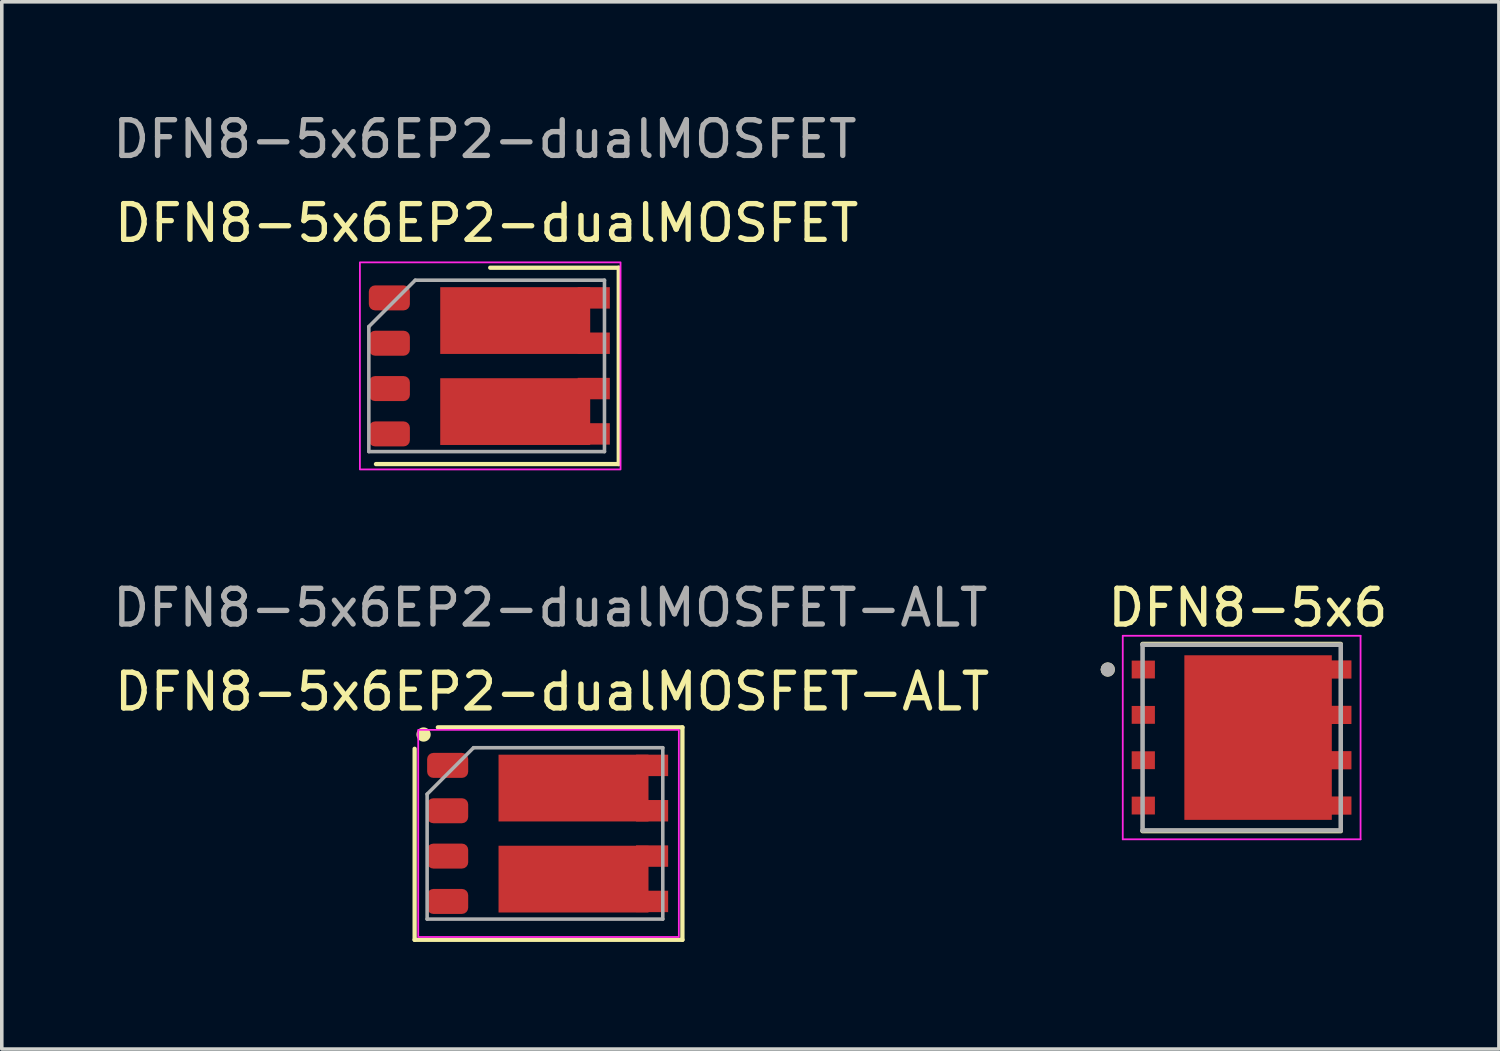
<source format=kicad_pcb>
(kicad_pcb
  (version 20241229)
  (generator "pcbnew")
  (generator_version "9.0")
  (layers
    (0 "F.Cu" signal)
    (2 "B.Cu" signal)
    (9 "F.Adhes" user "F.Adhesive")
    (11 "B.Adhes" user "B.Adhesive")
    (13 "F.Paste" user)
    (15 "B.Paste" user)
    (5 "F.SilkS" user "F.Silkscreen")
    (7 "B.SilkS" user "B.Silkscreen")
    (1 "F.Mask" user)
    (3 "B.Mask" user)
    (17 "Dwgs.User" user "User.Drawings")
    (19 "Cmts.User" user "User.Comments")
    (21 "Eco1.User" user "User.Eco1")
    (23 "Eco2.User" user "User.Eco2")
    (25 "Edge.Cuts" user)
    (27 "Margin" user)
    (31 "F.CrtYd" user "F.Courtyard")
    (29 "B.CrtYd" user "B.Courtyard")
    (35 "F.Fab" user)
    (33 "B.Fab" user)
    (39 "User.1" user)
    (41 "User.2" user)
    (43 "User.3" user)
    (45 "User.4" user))
  (footprint "DFN8-5x6EP2-dualMOSFET-ALT"
    (layer "F.Cu")
    (at 12.413 20.322)
    (property "Reference" "DFN8-5x6EP2-dualMOSFET-ALT" (at 0 -4 180) (layer "F.SilkS") (effects (font (size 1 1) (thickness 0.15))))
    (attr smd)
    (fp_line (start -3.85 2.95) (end -3.85 -2.4) (stroke (width 0.12) (type solid)) (layer "F.SilkS"))
    (fp_line (start -3.85 2.95) (end 3.65 2.95) (stroke (width 0.12) (type solid)) (layer "F.SilkS"))
    (fp_line (start -3.6 -2.8) (end -3.6 -2.8) (stroke (width 0.4) (type default)) (layer "F.SilkS"))
    (fp_line (start 3.65 -3) (end -3.2 -3) (stroke (width 0.12) (type solid)) (layer "F.SilkS"))
    (fp_line (start 3.65 2.95) (end 3.65 -3) (stroke (width 0.12) (type solid)) (layer "F.SilkS"))
    (fp_rect (start -3.75 -2.93) (end 3.55 2.87) (stroke (width 0.05) (type solid)) (fill no) (layer "F.CrtYd"))
    (fp_line (start -3.5 -1.13) (end -3.5 2.37) (stroke (width 0.1) (type solid)) (layer "F.Fab"))
    (fp_line (start -3.5 -1.13) (end -2.2 -2.43) (stroke (width 0.1) (type solid)) (layer "F.Fab"))
    (fp_line (start -3.5 2.37) (end 3.1 2.37) (stroke (width 0.1) (type solid)) (layer "F.Fab"))
    (fp_line (start 3.1 -2.43) (end -2.2 -2.43) (stroke (width 0.1) (type solid)) (layer "F.Fab"))
    (fp_line (start 3.1 2.37) (end 3.1 -2.43) (stroke (width 0.1) (type solid)) (layer "F.Fab"))
    (fp_text user "${REFERENCE}" (at -0.05 -6.35 180) (layer "F.Fab") (effects (font (size 1 1) (thickness 0.15))))
    (pad "1" smd roundrect (at -2.925 -1.935 90) (size 0.7 1.15) (layers "F.Cu" "F.Mask" "F.Paste") (roundrect_rratio 0.25))
    (pad "2" smd roundrect (at -2.925 -0.665 90) (size 0.7 1.15) (layers "F.Cu" "F.Mask" "F.Paste") (roundrect_rratio 0.25))
    (pad "3" smd roundrect (at -2.925 0.605 90) (size 0.7 1.15) (layers "F.Cu" "F.Mask" "F.Paste") (roundrect_rratio 0.25))
    (pad "4" smd roundrect (at -2.925 1.875 90) (size 0.7 1.15) (layers "F.Cu" "F.Mask" "F.Paste") (roundrect_rratio 0.25))
    (pad "5" smd rect (at 0.6 1.25 90) (size 1.87 4.2) (layers "F.Cu" "F.Mask" "F.Paste"))
    (pad "5" smd rect (at 2.8 1.875 90) (size 0.6 0.9) (layers "F.Cu" "F.Mask" "F.Paste"))
    (pad "6" smd rect (at 2.8 0.605 90) (size 0.6 0.9) (layers "F.Cu" "F.Mask" "F.Paste"))
    (pad "7" smd rect (at 0.6 -1.3 90) (size 1.87 4.2) (layers "F.Cu" "F.Mask" "F.Paste"))
    (pad "7" smd rect (at 2.8 -0.665 90) (size 0.6 0.9) (layers "F.Cu" "F.Mask" "F.Paste"))
    (pad "8" smd rect (at 2.8 -1.935 90) (size 0.6 0.9) (layers "F.Cu" "F.Mask" "F.Paste")))
  (footprint "DFN8-5x6"
    (layer "F.Cu")
    (at 31.726 17.607)
    (property "Reference" "DFN8-5x6" (at 0.175 -3.635 0) (layer "F.SilkS") (effects (font (size 1 1) (thickness 0.15))))
    (attr smd)
    (fp_poly (pts (xy -1.7 -2.4) (xy 2.62 -2.4) (xy 2.62 -2.255) (xy 3.17 -2.255) (xy 3.17 -1.555) (xy 2.62 -1.555) (xy 2.62 -0.985) (xy 3.17 -0.985) (xy 3.17 -0.285) (xy 2.62 -0.285) (xy 2.62 0.285) (xy 3.17 0.285) (xy 3.17 0.985) (xy 2.62 0.985) (xy 2.62 1.555) (xy 3.17 1.555) (xy 3.17 2.255) (xy 2.62 2.255) (xy 2.62 2.4) (xy -1.7 2.4)) (stroke (width 0.01) (type solid)) (fill yes) (layer "F.Mask"))
    (fp_line (start -2.775 2.62) (end 2.775 2.62) (stroke (width 0.127) (type solid)) (layer "F.SilkS"))
    (fp_line (start 2.775 -2.62) (end -2.775 -2.62) (stroke (width 0.127) (type solid)) (layer "F.SilkS"))
    (fp_circle (center -3.75 -1.905) (end -3.65 -1.905) (stroke (width 0.2) (type solid)) (fill no) (layer "F.SilkS"))
    (fp_poly (pts (xy -1.28 -1.98) (xy 0.14 -1.98) (xy 0.14 -0.32) (xy -1.28 -0.32)) (stroke (width 0.01) (type solid)) (fill yes) (layer "F.Paste"))
    (fp_poly (pts (xy -1.28 0.32) (xy 0.14 0.32) (xy 0.14 1.98) (xy -1.28 1.98)) (stroke (width 0.01) (type solid)) (fill yes) (layer "F.Paste"))
    (fp_poly (pts (xy 0.78 -1.98) (xy 2.2 -1.98) (xy 2.2 -0.32) (xy 0.78 -0.32)) (stroke (width 0.01) (type solid)) (fill yes) (layer "F.Paste"))
    (fp_poly (pts (xy 0.78 0.32) (xy 2.2 0.32) (xy 2.2 1.98) (xy 0.78 1.98)) (stroke (width 0.01) (type solid)) (fill yes) (layer "F.Paste"))
    (fp_poly (pts (xy 2.525 -2.155) (xy 3.07 -2.155) (xy 3.07 -1.655) (xy 2.525 -1.655)) (stroke (width 0.01) (type solid)) (fill yes) (layer "F.Paste"))
    (fp_poly (pts (xy 2.525 -0.885) (xy 3.07 -0.885) (xy 3.07 -0.385) (xy 2.525 -0.385)) (stroke (width 0.01) (type solid)) (fill yes) (layer "F.Paste"))
    (fp_poly (pts (xy 2.525 0.385) (xy 3.07 0.385) (xy 3.07 0.885) (xy 2.525 0.885)) (stroke (width 0.01) (type solid)) (fill yes) (layer "F.Paste"))
    (fp_poly (pts (xy 2.525 1.655) (xy 3.07 1.655) (xy 3.07 2.155) (xy 2.525 2.155)) (stroke (width 0.01) (type solid)) (fill yes) (layer "F.Paste"))
    (fp_line (start -3.33 -2.85) (end 3.33 -2.85) (stroke (width 0.05) (type solid)) (layer "F.CrtYd"))
    (fp_line (start -3.33 2.85) (end -3.33 -2.85) (stroke (width 0.05) (type solid)) (layer "F.CrtYd"))
    (fp_line (start 3.33 -2.85) (end 3.33 2.85) (stroke (width 0.05) (type solid)) (layer "F.CrtYd"))
    (fp_line (start 3.33 2.85) (end -3.33 2.85) (stroke (width 0.05) (type solid)) (layer "F.CrtYd"))
    (fp_line (start -2.775 -2.6) (end -2.775 2.6) (stroke (width 0.127) (type solid)) (layer "F.Fab"))
    (fp_line (start -2.775 2.6) (end 2.775 2.6) (stroke (width 0.127) (type solid)) (layer "F.Fab"))
    (fp_line (start 2.775 -2.6) (end -2.775 -2.6) (stroke (width 0.127) (type solid)) (layer "F.Fab"))
    (fp_line (start 2.775 2.6) (end 2.775 -2.6) (stroke (width 0.127) (type solid)) (layer "F.Fab"))
    (fp_circle (center -3.75 -1.905) (end -3.65 -1.905) (stroke (width 0.2) (type solid)) (fill no) (layer "F.Fab"))
    (pad "1" smd rect (at -2.755 -1.905) (size 0.65 0.5) (layers "F.Cu" "F.Mask" "F.Paste"))
    (pad "2" smd rect (at -2.755 -0.635) (size 0.65 0.5) (layers "F.Cu" "F.Mask" "F.Paste"))
    (pad "3" smd rect (at -2.755 0.635) (size 0.65 0.5) (layers "F.Cu" "F.Mask" "F.Paste"))
    (pad "4" smd rect (at -2.755 1.905) (size 0.65 0.5) (layers "F.Cu" "F.Mask" "F.Paste"))
    (pad "5_8" smd custom (at 0.46 0) (size 0.5 0.5) (layers "F.Cu") (options (anchor rect)) (primitives (gr_poly (pts (xy -2.06 -2.3) (xy 2.06 -2.3) (xy 2.06 -2.155) (xy 2.61 -2.155) (xy 2.61 -1.655) (xy 2.06 -1.655) (xy 2.06 -0.885) (xy 2.61 -0.885) (xy 2.61 -0.385) (xy 2.06 -0.385) (xy 2.06 0.385) (xy 2.61 0.385) (xy 2.61 0.885) (xy 2.06 0.885) (xy 2.06 1.655) (xy 2.61 1.655) (xy 2.61 2.155) (xy 2.06 2.155) (xy 2.06 2.3) (xy -2.06 2.3)) (width 0.01) (fill yes)))))
  (footprint "DFN8-5x6EP2-dualMOSFET"
    (layer "F.Cu")
    (at 10.58 7.198)
    (property "Reference" "DFN8-5x6EP2-dualMOSFET" (at 0 -4 0) (layer "F.SilkS") (effects (font (size 1 1) (thickness 0.15))))
    (attr smd)
    (fp_line (start -3.1 2.75) (end 3.7 2.75) (stroke (width 0.12) (type solid)) (layer "F.SilkS"))
    (fp_line (start 3.7 -2.75) (end 0.1 -2.75) (stroke (width 0.12) (type solid)) (layer "F.SilkS"))
    (fp_line (start 3.7 2.75) (end 3.7 -2.75) (stroke (width 0.12) (type solid)) (layer "F.SilkS"))
    (fp_rect (start -3.55 -2.9) (end 3.75 2.9) (stroke (width 0.05) (type solid)) (fill no) (layer "F.CrtYd"))
    (fp_line (start -3.3 -1.1) (end -3.3 2.4) (stroke (width 0.1) (type solid)) (layer "F.Fab"))
    (fp_line (start -3.3 -1.1) (end -2 -2.4) (stroke (width 0.1) (type solid)) (layer "F.Fab"))
    (fp_line (start -3.3 2.4) (end 3.3 2.4) (stroke (width 0.1) (type solid)) (layer "F.Fab"))
    (fp_line (start 3.3 -2.4) (end -2 -2.4) (stroke (width 0.1) (type solid)) (layer "F.Fab"))
    (fp_line (start 3.3 2.4) (end 3.3 -2.4) (stroke (width 0.1) (type solid)) (layer "F.Fab"))
    (fp_text user "${REFERENCE}" (at -0.05 -6.35 180) (layer "F.Fab") (effects (font (size 1 1) (thickness 0.15))))
    (pad "1" smd roundrect (at -2.725 -1.905 90) (size 0.7 1.15) (layers "F.Cu" "F.Mask" "F.Paste") (roundrect_rratio 0.25))
    (pad "2" smd roundrect (at -2.725 -0.635 90) (size 0.7 1.15) (layers "F.Cu" "F.Mask" "F.Paste") (roundrect_rratio 0.25))
    (pad "3" smd roundrect (at -2.725 0.635 90) (size 0.7 1.15) (layers "F.Cu" "F.Mask" "F.Paste") (roundrect_rratio 0.25))
    (pad "4" smd roundrect (at -2.725 1.905 90) (size 0.7 1.15) (layers "F.Cu" "F.Mask" "F.Paste") (roundrect_rratio 0.25))
    (pad "5" smd rect (at 0.8 1.28 90) (size 1.87 4.2) (layers "F.Cu" "F.Mask" "F.Paste"))
    (pad "5" smd rect (at 3 1.905 90) (size 0.6 0.9) (layers "F.Cu" "F.Mask" "F.Paste"))
    (pad "6" smd rect (at 3 0.635 90) (size 0.6 0.9) (layers "F.Cu" "F.Mask" "F.Paste"))
    (pad "7" smd rect (at 0.8 -1.27 90) (size 1.87 4.2) (layers "F.Cu" "F.Mask" "F.Paste"))
    (pad "7" smd rect (at 3 -0.635 90) (size 0.6 0.9) (layers "F.Cu" "F.Mask" "F.Paste"))
    (pad "8" smd rect (at 3 -1.905 90) (size 0.6 0.9) (layers "F.Cu" "F.Mask" "F.Paste")))
  (gr_rect
    (start -3 -3)
    (end 38.931 26.331)
    (stroke (width 0.1) (type default))
    (fill no)
    (layer "Edge.Cuts")))
</source>
